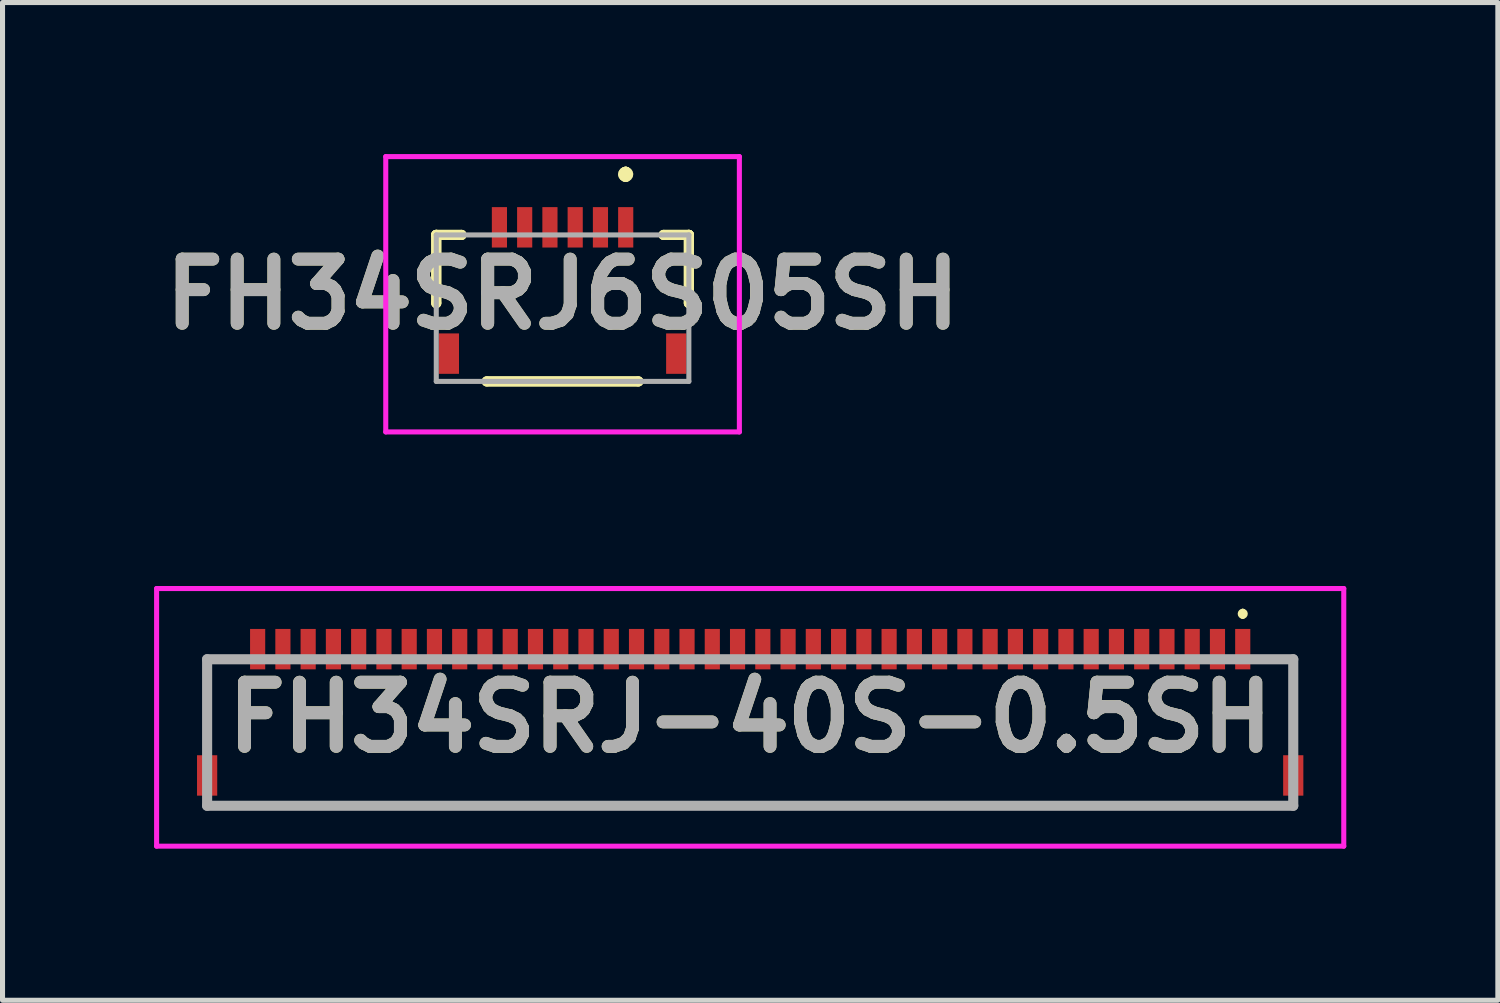
<source format=kicad_pcb>
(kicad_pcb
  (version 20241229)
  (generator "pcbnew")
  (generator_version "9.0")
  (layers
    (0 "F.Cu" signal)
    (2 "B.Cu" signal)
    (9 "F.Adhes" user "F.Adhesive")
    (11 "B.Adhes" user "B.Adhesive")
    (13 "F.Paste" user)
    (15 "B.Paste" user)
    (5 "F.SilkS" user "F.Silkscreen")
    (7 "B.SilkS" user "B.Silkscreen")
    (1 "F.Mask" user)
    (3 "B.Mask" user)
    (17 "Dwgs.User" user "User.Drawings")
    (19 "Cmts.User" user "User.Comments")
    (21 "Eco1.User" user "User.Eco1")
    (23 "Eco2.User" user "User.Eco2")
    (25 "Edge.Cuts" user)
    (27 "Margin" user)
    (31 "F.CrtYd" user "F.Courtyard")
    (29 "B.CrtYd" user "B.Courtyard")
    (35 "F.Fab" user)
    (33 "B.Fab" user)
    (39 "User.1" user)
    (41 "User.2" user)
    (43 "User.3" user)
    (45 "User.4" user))
  (footprint "FH34SRJ6S05SH"
    (layer "F.Cu")
    (at 8.086 3.05)
    (property "Reference" "FH34SRJ6S05SH" (at 0 -0.275 0) (layer "F.SilkS") (effects (font (size 1.27 1.27) (thickness 0.254))))
    (attr smd)
    (fp_line (start -2.5 -1.45) (end -2.5 -1.45) (stroke (width 0.2) (type solid)) (layer "F.SilkS"))
    (fp_line (start -2.5 -1.45) (end -2.5 -1.45) (stroke (width 0.2) (type solid)) (layer "F.SilkS"))
    (fp_line (start -2.5 -1.45) (end -2.5 -0.1) (stroke (width 0.2) (type solid)) (layer "F.SilkS"))
    (fp_line (start -2.5 -1.45) (end -2 -1.45) (stroke (width 0.2) (type solid)) (layer "F.SilkS"))
    (fp_line (start -2.5 -0.1) (end -2.5 -1.45) (stroke (width 0.2) (type solid)) (layer "F.SilkS"))
    (fp_line (start -2.5 -0.1) (end -2.5 -0.1) (stroke (width 0.2) (type solid)) (layer "F.SilkS"))
    (fp_line (start -2 -1.45) (end -2.5 -1.45) (stroke (width 0.2) (type solid)) (layer "F.SilkS"))
    (fp_line (start -2 -1.45) (end -2 -1.45) (stroke (width 0.2) (type solid)) (layer "F.SilkS"))
    (fp_line (start -1.5 1.45) (end -1.5 1.45) (stroke (width 0.2) (type solid)) (layer "F.SilkS"))
    (fp_line (start -1.5 1.45) (end 1.5 1.45) (stroke (width 0.2) (type solid)) (layer "F.SilkS"))
    (fp_line (start 1.25 -2.7) (end 1.25 -2.7) (stroke (width 0.2) (type solid)) (layer "F.SilkS"))
    (fp_line (start 1.25 -2.7) (end 1.25 -2.7) (stroke (width 0.2) (type solid)) (layer "F.SilkS"))
    (fp_line (start 1.25 -2.6) (end 1.25 -2.6) (stroke (width 0.2) (type solid)) (layer "F.SilkS"))
    (fp_line (start 1.5 1.45) (end -1.5 1.45) (stroke (width 0.2) (type solid)) (layer "F.SilkS"))
    (fp_line (start 1.5 1.45) (end 1.5 1.45) (stroke (width 0.2) (type solid)) (layer "F.SilkS"))
    (fp_line (start 2 -1.45) (end 2 -1.45) (stroke (width 0.2) (type solid)) (layer "F.SilkS"))
    (fp_line (start 2 -1.45) (end 2.5 -1.45) (stroke (width 0.2) (type solid)) (layer "F.SilkS"))
    (fp_line (start 2.5 -1.45) (end 2 -1.45) (stroke (width 0.2) (type solid)) (layer "F.SilkS"))
    (fp_line (start 2.5 -1.45) (end 2.5 -1.45) (stroke (width 0.2) (type solid)) (layer "F.SilkS"))
    (fp_line (start 2.5 -1.45) (end 2.5 -1.45) (stroke (width 0.2) (type solid)) (layer "F.SilkS"))
    (fp_line (start 2.5 -1.45) (end 2.5 -0.1) (stroke (width 0.2) (type solid)) (layer "F.SilkS"))
    (fp_line (start 2.5 -0.1) (end 2.5 -1.45) (stroke (width 0.2) (type solid)) (layer "F.SilkS"))
    (fp_line (start 2.5 -0.1) (end 2.5 -0.1) (stroke (width 0.2) (type solid)) (layer "F.SilkS"))
    (fp_arc (start 1.25 -2.7) (mid 1.3 -2.65) (end 1.25 -2.6) (stroke (width 0.2) (type solid)) (layer "F.SilkS"))
    (fp_arc (start 1.25 -2.6) (mid 1.2 -2.65) (end 1.25 -2.7) (stroke (width 0.2) (type solid)) (layer "F.SilkS"))
    (fp_arc (start 1.25 -2.6) (mid 1.2 -2.65) (end 1.25 -2.7) (stroke (width 0.2) (type solid)) (layer "F.SilkS"))
    (fp_line (start -3.5 -3) (end 3.5 -3) (stroke (width 0.1) (type solid)) (layer "F.CrtYd"))
    (fp_line (start -3.5 2.45) (end -3.5 -3) (stroke (width 0.1) (type solid)) (layer "F.CrtYd"))
    (fp_line (start 3.5 -3) (end 3.5 2.45) (stroke (width 0.1) (type solid)) (layer "F.CrtYd"))
    (fp_line (start 3.5 2.45) (end -3.5 2.45) (stroke (width 0.1) (type solid)) (layer "F.CrtYd"))
    (fp_line (start -2.5 -1.45) (end -2.5 1.45) (stroke (width 0.1) (type solid)) (layer "F.Fab"))
    (fp_line (start -2.5 1.45) (end 2.5 1.45) (stroke (width 0.1) (type solid)) (layer "F.Fab"))
    (fp_line (start 2.5 -1.45) (end -2.5 -1.45) (stroke (width 0.1) (type solid)) (layer "F.Fab"))
    (fp_line (start 2.5 1.45) (end 2.5 -1.45) (stroke (width 0.1) (type solid)) (layer "F.Fab"))
    (fp_text user "${REFERENCE}" (at 0 -0.275 0) (layer "F.Fab") (effects (font (size 1.27 1.27) (thickness 0.254))))
    (pad "1" smd rect (at 1.25 -1.6) (size 0.3 0.8) (layers "F.Cu" "F.Mask" "F.Paste"))
    (pad "2" smd rect (at 0.75 -1.6) (size 0.3 0.8) (layers "F.Cu" "F.Mask" "F.Paste"))
    (pad "3" smd rect (at 0.25 -1.6) (size 0.3 0.8) (layers "F.Cu" "F.Mask" "F.Paste"))
    (pad "4" smd rect (at -0.25 -1.6) (size 0.3 0.8) (layers "F.Cu" "F.Mask" "F.Paste"))
    (pad "5" smd rect (at -0.75 -1.6) (size 0.3 0.8) (layers "F.Cu" "F.Mask" "F.Paste"))
    (pad "6" smd rect (at -1.25 -1.6) (size 0.3 0.8) (layers "F.Cu" "F.Mask" "F.Paste"))
    (pad "MP1" smd rect (at 2.25 0.9) (size 0.4 0.8) (layers "F.Cu" "F.Mask" "F.Paste"))
    (pad "MP2" smd rect (at -2.25 0.9) (size 0.4 0.8) (layers "F.Cu" "F.Mask" "F.Paste")))
  (footprint "FH34SRJ-40S-0.5SH"
    (layer "F.Cu")
    (at 11.8 11.15)
    (property "Reference" "FH34SRJ-40S-0.5SH" (at 0 0 0) (layer "F.SilkS") (effects (font (size 1.27 1.27) (thickness 0.254))))
    (attr smd)
    (fp_line (start -10.75 -1.15) (end -10.75 0.35) (stroke (width 0.1) (type solid)) (layer "F.SilkS"))
    (fp_line (start -10.75 1.75) (end 10.75 1.75) (stroke (width 0.1) (type solid)) (layer "F.SilkS"))
    (fp_line (start -10.5 -1.15) (end -10.75 -1.15) (stroke (width 0.1) (type solid)) (layer "F.SilkS"))
    (fp_line (start 9.75 -2.1) (end 9.75 -2.1) (stroke (width 0.1) (type solid)) (layer "F.SilkS"))
    (fp_line (start 9.75 -2) (end 9.75 -2) (stroke (width 0.1) (type solid)) (layer "F.SilkS"))
    (fp_line (start 10.5 -1.15) (end 10.75 -1.15) (stroke (width 0.1) (type solid)) (layer "F.SilkS"))
    (fp_line (start 10.75 -1.15) (end 10.75 0.35) (stroke (width 0.1) (type solid)) (layer "F.SilkS"))
    (fp_arc (start 9.75 -2.1) (mid 9.8 -2.05) (end 9.75 -2) (stroke (width 0.1) (type solid)) (layer "F.SilkS"))
    (fp_arc (start 9.75 -2) (mid 9.7 -2.05) (end 9.75 -2.1) (stroke (width 0.1) (type solid)) (layer "F.SilkS"))
    (fp_line (start -11.75 -2.55) (end 11.75 -2.55) (stroke (width 0.1) (type solid)) (layer "F.CrtYd"))
    (fp_line (start -11.75 2.55) (end -11.75 -2.55) (stroke (width 0.1) (type solid)) (layer "F.CrtYd"))
    (fp_line (start 11.75 -2.55) (end 11.75 2.55) (stroke (width 0.1) (type solid)) (layer "F.CrtYd"))
    (fp_line (start 11.75 2.55) (end -11.75 2.55) (stroke (width 0.1) (type solid)) (layer "F.CrtYd"))
    (fp_line (start -10.75 -1.15) (end 10.75 -1.15) (stroke (width 0.2) (type solid)) (layer "F.Fab"))
    (fp_line (start -10.75 1.75) (end -10.75 -1.15) (stroke (width 0.2) (type solid)) (layer "F.Fab"))
    (fp_line (start 10.75 -1.15) (end 10.75 1.75) (stroke (width 0.2) (type solid)) (layer "F.Fab"))
    (fp_line (start 10.75 1.75) (end -10.75 1.75) (stroke (width 0.2) (type solid)) (layer "F.Fab"))
    (fp_text user "${REFERENCE}" (at 0 0 0) (layer "F.Fab") (effects (font (size 1.27 1.27) (thickness 0.254))))
    (pad "1" smd rect (at 9.75 -1.35) (size 0.3 0.8) (layers "F.Cu" "F.Mask" "F.Paste"))
    (pad "2" smd rect (at 9.25 -1.35) (size 0.3 0.8) (layers "F.Cu" "F.Mask" "F.Paste"))
    (pad "3" smd rect (at 8.75 -1.35) (size 0.3 0.8) (layers "F.Cu" "F.Mask" "F.Paste"))
    (pad "4" smd rect (at 8.25 -1.35) (size 0.3 0.8) (layers "F.Cu" "F.Mask" "F.Paste"))
    (pad "5" smd rect (at 7.75 -1.35) (size 0.3 0.8) (layers "F.Cu" "F.Mask" "F.Paste"))
    (pad "6" smd rect (at 7.25 -1.35) (size 0.3 0.8) (layers "F.Cu" "F.Mask" "F.Paste"))
    (pad "7" smd rect (at 6.75 -1.35) (size 0.3 0.8) (layers "F.Cu" "F.Mask" "F.Paste"))
    (pad "8" smd rect (at 6.25 -1.35) (size 0.3 0.8) (layers "F.Cu" "F.Mask" "F.Paste"))
    (pad "9" smd rect (at 5.75 -1.35) (size 0.3 0.8) (layers "F.Cu" "F.Mask" "F.Paste"))
    (pad "10" smd rect (at 5.25 -1.35) (size 0.3 0.8) (layers "F.Cu" "F.Mask" "F.Paste"))
    (pad "11" smd rect (at 4.75 -1.35) (size 0.3 0.8) (layers "F.Cu" "F.Mask" "F.Paste"))
    (pad "12" smd rect (at 4.25 -1.35) (size 0.3 0.8) (layers "F.Cu" "F.Mask" "F.Paste"))
    (pad "13" smd rect (at 3.75 -1.35) (size 0.3 0.8) (layers "F.Cu" "F.Mask" "F.Paste"))
    (pad "14" smd rect (at 3.25 -1.35) (size 0.3 0.8) (layers "F.Cu" "F.Mask" "F.Paste"))
    (pad "15" smd rect (at 2.75 -1.35) (size 0.3 0.8) (layers "F.Cu" "F.Mask" "F.Paste"))
    (pad "16" smd rect (at 2.25 -1.35) (size 0.3 0.8) (layers "F.Cu" "F.Mask" "F.Paste"))
    (pad "17" smd rect (at 1.75 -1.35) (size 0.3 0.8) (layers "F.Cu" "F.Mask" "F.Paste"))
    (pad "18" smd rect (at 1.25 -1.35) (size 0.3 0.8) (layers "F.Cu" "F.Mask" "F.Paste"))
    (pad "19" smd rect (at 0.75 -1.35) (size 0.3 0.8) (layers "F.Cu" "F.Mask" "F.Paste"))
    (pad "20" smd rect (at 0.25 -1.35) (size 0.3 0.8) (layers "F.Cu" "F.Mask" "F.Paste"))
    (pad "21" smd rect (at -0.25 -1.35) (size 0.3 0.8) (layers "F.Cu" "F.Mask" "F.Paste"))
    (pad "22" smd rect (at -0.75 -1.35) (size 0.3 0.8) (layers "F.Cu" "F.Mask" "F.Paste"))
    (pad "23" smd rect (at -1.25 -1.35) (size 0.3 0.8) (layers "F.Cu" "F.Mask" "F.Paste"))
    (pad "24" smd rect (at -1.75 -1.35) (size 0.3 0.8) (layers "F.Cu" "F.Mask" "F.Paste"))
    (pad "25" smd rect (at -2.25 -1.35) (size 0.3 0.8) (layers "F.Cu" "F.Mask" "F.Paste"))
    (pad "26" smd rect (at -2.75 -1.35) (size 0.3 0.8) (layers "F.Cu" "F.Mask" "F.Paste"))
    (pad "27" smd rect (at -3.25 -1.35) (size 0.3 0.8) (layers "F.Cu" "F.Mask" "F.Paste"))
    (pad "28" smd rect (at -3.75 -1.35) (size 0.3 0.8) (layers "F.Cu" "F.Mask" "F.Paste"))
    (pad "29" smd rect (at -4.25 -1.35) (size 0.3 0.8) (layers "F.Cu" "F.Mask" "F.Paste"))
    (pad "30" smd rect (at -4.75 -1.35) (size 0.3 0.8) (layers "F.Cu" "F.Mask" "F.Paste"))
    (pad "31" smd rect (at -5.25 -1.35) (size 0.3 0.8) (layers "F.Cu" "F.Mask" "F.Paste"))
    (pad "32" smd rect (at -5.75 -1.35) (size 0.3 0.8) (layers "F.Cu" "F.Mask" "F.Paste"))
    (pad "33" smd rect (at -6.25 -1.35) (size 0.3 0.8) (layers "F.Cu" "F.Mask" "F.Paste"))
    (pad "34" smd rect (at -6.75 -1.35) (size 0.3 0.8) (layers "F.Cu" "F.Mask" "F.Paste"))
    (pad "35" smd rect (at -7.25 -1.35) (size 0.3 0.8) (layers "F.Cu" "F.Mask" "F.Paste"))
    (pad "36" smd rect (at -7.75 -1.35) (size 0.3 0.8) (layers "F.Cu" "F.Mask" "F.Paste"))
    (pad "37" smd rect (at -8.25 -1.35) (size 0.3 0.8) (layers "F.Cu" "F.Mask" "F.Paste"))
    (pad "38" smd rect (at -8.75 -1.35) (size 0.3 0.8) (layers "F.Cu" "F.Mask" "F.Paste"))
    (pad "39" smd rect (at -9.25 -1.35) (size 0.3 0.8) (layers "F.Cu" "F.Mask" "F.Paste"))
    (pad "40" smd rect (at -9.75 -1.35) (size 0.3 0.8) (layers "F.Cu" "F.Mask" "F.Paste"))
    (pad "MP1" smd rect (at 10.75 1.15) (size 0.4 0.8) (layers "F.Cu" "F.Mask" "F.Paste"))
    (pad "MP2" smd rect (at -10.75 1.15) (size 0.4 0.8) (layers "F.Cu" "F.Mask" "F.Paste")))
  (gr_rect
    (start -3 -3)
    (end 26.6 16.75)
    (stroke (width 0.1) (type default))
    (fill no)
    (layer "Edge.Cuts")))
</source>
